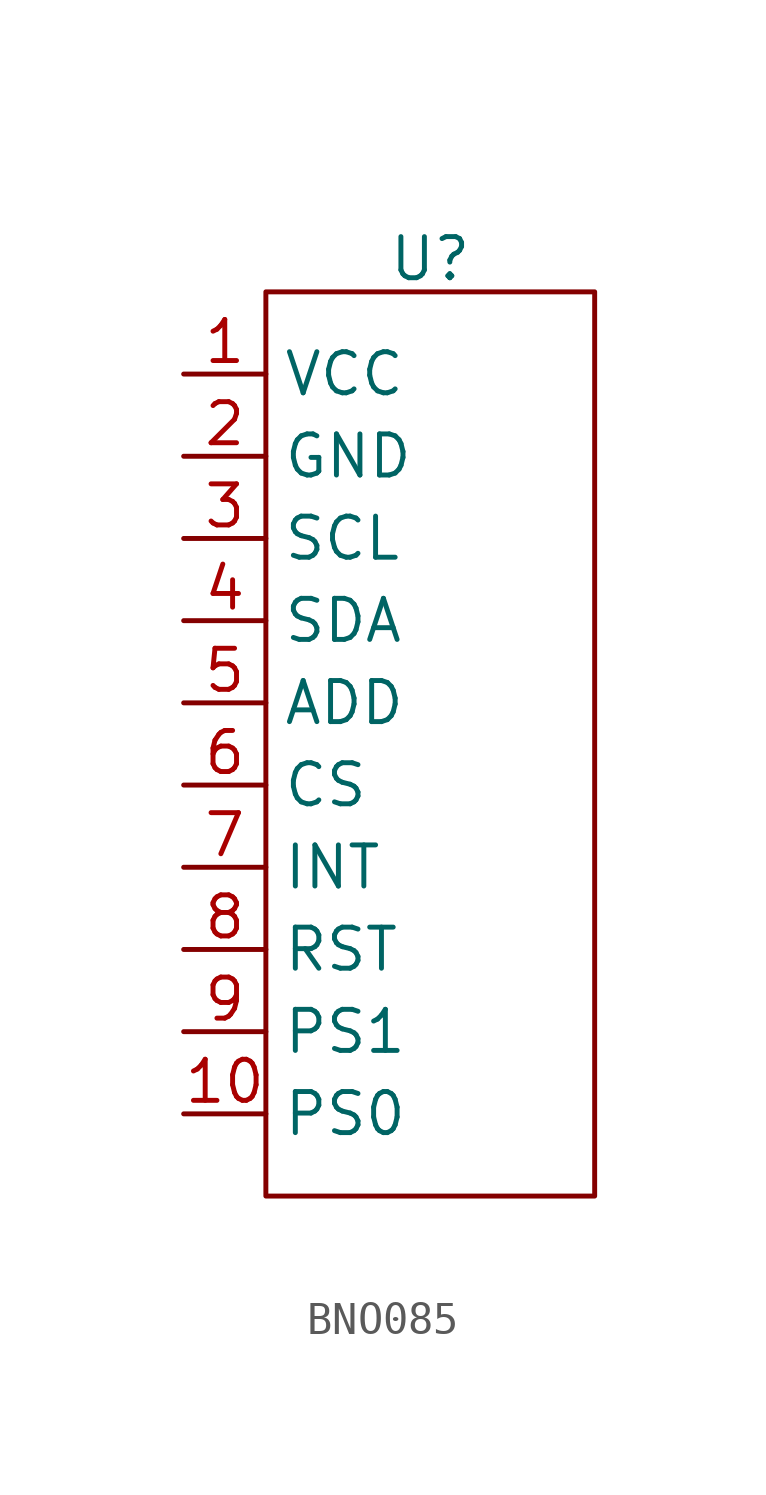
<source format=kicad_sym>
(kicad_symbol_lib
  (version 20241209)
  (generator "kicad_symbol_editor")
  (generator_version "9.0")
  (symbol "BNO085"
    (property "Reference" "U"
      (at 0 13.716 0)
      (effects (font (size 1.27 1.27))))
    (property "Value" ""
      (at 0 0 0)
      (effects (font (size 1.27 1.27))))
    (symbol "BNO085_0_1"
      (rectangle (start -5.08 12.7) (end 5.08 -15.24) (stroke (width 0) (type default)) (fill (type none))))
    (symbol "BNO085_1_1"
      (pin power_in line (at -7.62 10.16 0) (length 2.54) (name "VCC" (effects (font (size 1.27 1.27)))) (number "1" (effects (font (size 1.27 1.27)))))
      (pin power_in line (at -7.62 7.62 0) (length 2.54) (name "GND" (effects (font (size 1.27 1.27)))) (number "2" (effects (font (size 1.27 1.27)))))
      (pin input line (at -7.62 5.08 0) (length 2.54) (name "SCL" (effects (font (size 1.27 1.27)))) (number "3" (effects (font (size 1.27 1.27)))))
      (pin bidirectional line (at -7.62 2.54 0) (length 2.54) (name "SDA" (effects (font (size 1.27 1.27)))) (number "4" (effects (font (size 1.27 1.27)))))
      (pin input line (at -7.62 0 0) (length 2.54) (name "ADD" (effects (font (size 1.27 1.27)))) (number "5" (effects (font (size 1.27 1.27)))))
      (pin input line (at -7.62 -2.54 0) (length 2.54) (name "CS" (effects (font (size 1.27 1.27)))) (number "6" (effects (font (size 1.27 1.27)))))
      (pin input line (at -7.62 -5.08 0) (length 2.54) (name "INT" (effects (font (size 1.27 1.27)))) (number "7" (effects (font (size 1.27 1.27)))))
      (pin input line (at -7.62 -7.62 0) (length 2.54) (name "RST" (effects (font (size 1.27 1.27)))) (number "8" (effects (font (size 1.27 1.27)))))
      (pin input line (at -7.62 -10.16 0) (length 2.54) (name "PS1" (effects (font (size 1.27 1.27)))) (number "9" (effects (font (size 1.27 1.27)))))
      (pin input line (at -7.62 -12.7 0) (length 2.54) (name "PS0" (effects (font (size 1.27 1.27)))) (number "10" (effects (font (size 1.27 1.27))))))))
</source>
